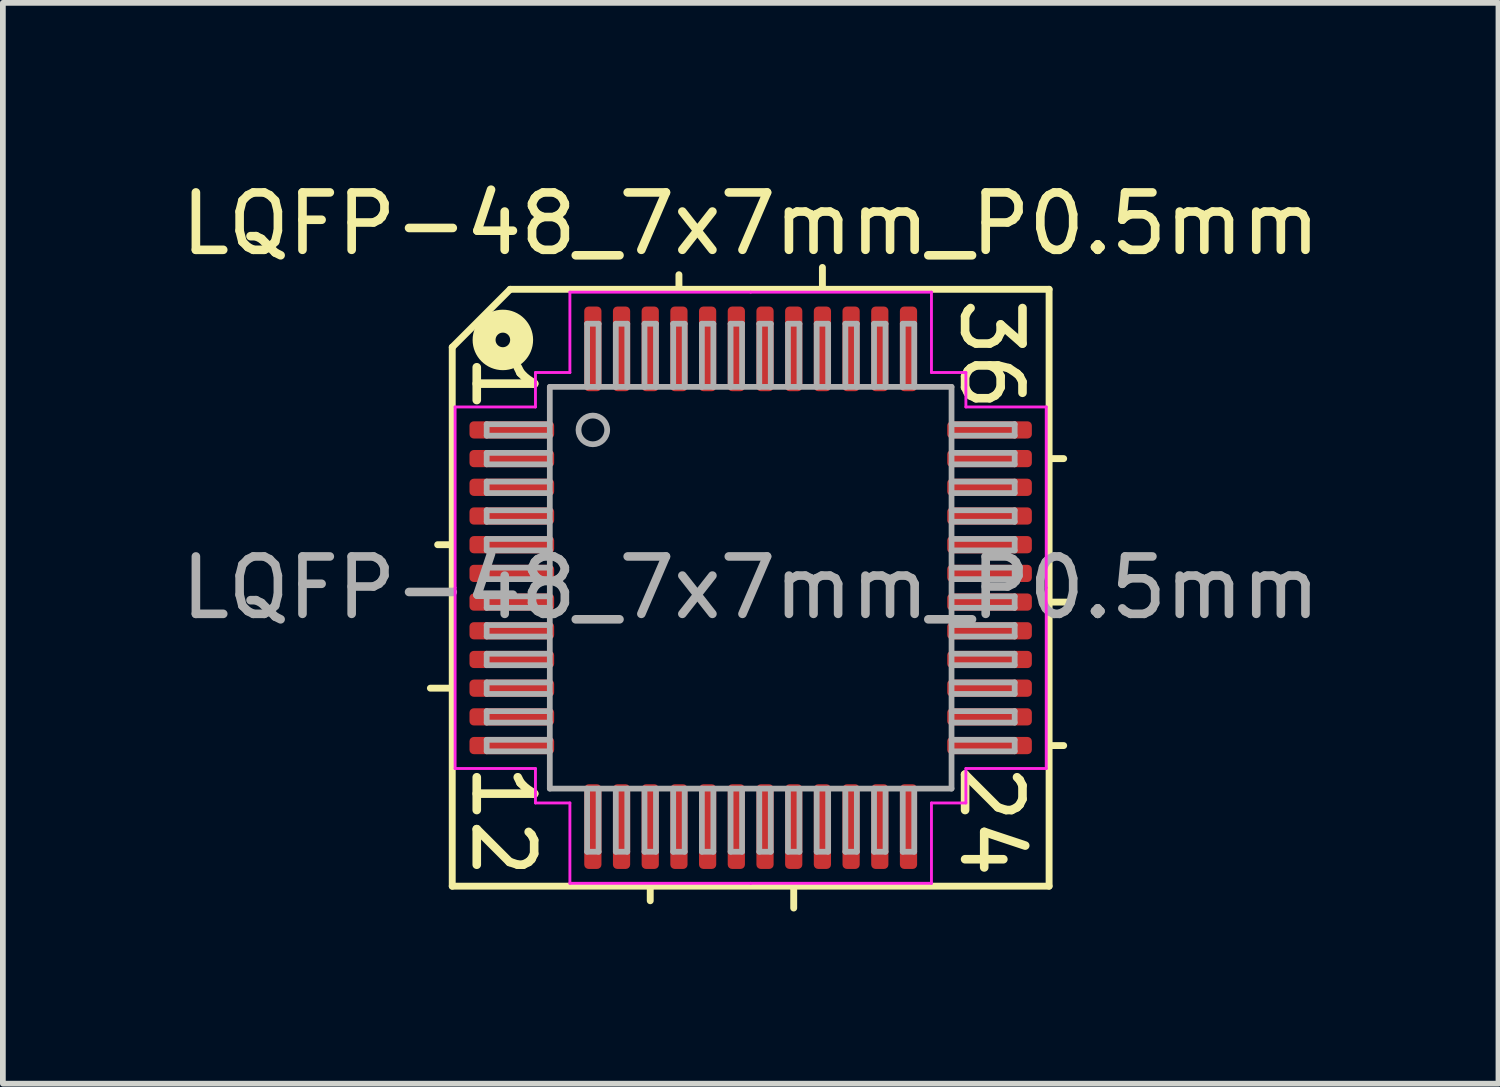
<source format=kicad_pcb>
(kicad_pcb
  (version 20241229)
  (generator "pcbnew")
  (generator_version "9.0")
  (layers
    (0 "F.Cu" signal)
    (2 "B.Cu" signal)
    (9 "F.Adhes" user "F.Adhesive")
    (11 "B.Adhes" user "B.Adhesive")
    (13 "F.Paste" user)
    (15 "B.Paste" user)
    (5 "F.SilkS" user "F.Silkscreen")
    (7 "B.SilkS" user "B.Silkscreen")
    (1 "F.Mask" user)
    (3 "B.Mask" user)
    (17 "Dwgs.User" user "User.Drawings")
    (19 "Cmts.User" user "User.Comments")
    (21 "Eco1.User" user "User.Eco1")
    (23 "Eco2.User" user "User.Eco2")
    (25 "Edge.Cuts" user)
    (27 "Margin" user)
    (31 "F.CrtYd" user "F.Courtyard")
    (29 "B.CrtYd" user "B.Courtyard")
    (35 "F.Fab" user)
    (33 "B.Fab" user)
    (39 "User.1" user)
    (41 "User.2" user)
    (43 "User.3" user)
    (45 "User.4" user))
  (footprint "LQFP-48_7x7mm_P0.5mm"
    (layer "F.Cu")
    (at 10.03 7.191)
    (property "Reference" "LQFP-48_7x7mm_P0.5mm" (at 0 -6.343 0) (layer "F.SilkS") (effects (font (size 1 1) (thickness 0.15))))
    (attr smd)
    (fp_line (start -5.2 -4.191) (end -5.2 5.2) (stroke (width 0.12) (type solid)) (layer "F.SilkS"))
    (fp_line (start -5.2 -0.75) (end -5.454 -0.75) (stroke (width 0.12) (type solid)) (layer "F.SilkS"))
    (fp_line (start -5.2 1.75) (end -5.581 1.75) (stroke (width 0.12) (type solid)) (layer "F.SilkS"))
    (fp_line (start -5.2 5.2) (end 5.2 5.2) (stroke (width 0.12) (type solid)) (layer "F.SilkS"))
    (fp_line (start -4.191 -5.2) (end -5.2 -4.191) (stroke (width 0.12) (type solid)) (layer "F.SilkS"))
    (fp_line (start -1.75 5.2) (end -1.75 5.454) (stroke (width 0.12) (type solid)) (layer "F.SilkS"))
    (fp_line (start -1.25 -5.2) (end -1.25 -5.454) (stroke (width 0.12) (type solid)) (layer "F.SilkS"))
    (fp_line (start 0.75 5.2) (end 0.75 5.581) (stroke (width 0.12) (type solid)) (layer "F.SilkS"))
    (fp_line (start 1.25 -5.2) (end 1.25 -5.581) (stroke (width 0.12) (type solid)) (layer "F.SilkS"))
    (fp_line (start 5.2 -5.2) (end -4.191 -5.2) (stroke (width 0.12) (type solid)) (layer "F.SilkS"))
    (fp_line (start 5.2 -2.25) (end 5.454 -2.25) (stroke (width 0.12) (type solid)) (layer "F.SilkS"))
    (fp_line (start 5.2 0.25) (end 5.581 0.25) (stroke (width 0.12) (type solid)) (layer "F.SilkS"))
    (fp_line (start 5.2 2.75) (end 5.454 2.75) (stroke (width 0.12) (type solid)) (layer "F.SilkS"))
    (fp_line (start 5.2 5.2) (end 5.2 -5.2) (stroke (width 0.12) (type solid)) (layer "F.SilkS"))
    (fp_circle (center -4.318 -4.318) (end -4.191 -4.318) (stroke (width 0.4) (type solid)) (fill no) (layer "F.SilkS"))
    (fp_line (start -5.15 -3.15) (end -5.15 0) (stroke (width 0.05) (type solid)) (layer "F.CrtYd"))
    (fp_line (start -5.15 3.15) (end -5.15 0) (stroke (width 0.05) (type solid)) (layer "F.CrtYd"))
    (fp_line (start -3.75 -3.75) (end -3.75 -3.15) (stroke (width 0.05) (type solid)) (layer "F.CrtYd"))
    (fp_line (start -3.75 -3.15) (end -5.15 -3.15) (stroke (width 0.05) (type solid)) (layer "F.CrtYd"))
    (fp_line (start -3.75 3.15) (end -5.15 3.15) (stroke (width 0.05) (type solid)) (layer "F.CrtYd"))
    (fp_line (start -3.75 3.75) (end -3.75 3.15) (stroke (width 0.05) (type solid)) (layer "F.CrtYd"))
    (fp_line (start -3.15 -5.15) (end -3.15 -3.75) (stroke (width 0.05) (type solid)) (layer "F.CrtYd"))
    (fp_line (start -3.15 -3.75) (end -3.75 -3.75) (stroke (width 0.05) (type solid)) (layer "F.CrtYd"))
    (fp_line (start -3.15 3.75) (end -3.75 3.75) (stroke (width 0.05) (type solid)) (layer "F.CrtYd"))
    (fp_line (start -3.15 5.15) (end -3.15 3.75) (stroke (width 0.05) (type solid)) (layer "F.CrtYd"))
    (fp_line (start 0 -5.15) (end -3.15 -5.15) (stroke (width 0.05) (type solid)) (layer "F.CrtYd"))
    (fp_line (start 0 -5.15) (end 3.15 -5.15) (stroke (width 0.05) (type solid)) (layer "F.CrtYd"))
    (fp_line (start 0 5.15) (end -3.15 5.15) (stroke (width 0.05) (type solid)) (layer "F.CrtYd"))
    (fp_line (start 0 5.15) (end 3.15 5.15) (stroke (width 0.05) (type solid)) (layer "F.CrtYd"))
    (fp_line (start 3.15 -5.15) (end 3.15 -3.75) (stroke (width 0.05) (type solid)) (layer "F.CrtYd"))
    (fp_line (start 3.15 -3.75) (end 3.75 -3.75) (stroke (width 0.05) (type solid)) (layer "F.CrtYd"))
    (fp_line (start 3.15 3.75) (end 3.75 3.75) (stroke (width 0.05) (type solid)) (layer "F.CrtYd"))
    (fp_line (start 3.15 5.15) (end 3.15 3.75) (stroke (width 0.05) (type solid)) (layer "F.CrtYd"))
    (fp_line (start 3.75 -3.75) (end 3.75 -3.15) (stroke (width 0.05) (type solid)) (layer "F.CrtYd"))
    (fp_line (start 3.75 -3.15) (end 5.15 -3.15) (stroke (width 0.05) (type solid)) (layer "F.CrtYd"))
    (fp_line (start 3.75 3.15) (end 5.15 3.15) (stroke (width 0.05) (type solid)) (layer "F.CrtYd"))
    (fp_line (start 3.75 3.75) (end 3.75 3.15) (stroke (width 0.05) (type solid)) (layer "F.CrtYd"))
    (fp_line (start 5.15 -3.15) (end 5.15 0) (stroke (width 0.05) (type solid)) (layer "F.CrtYd"))
    (fp_line (start 5.15 3.15) (end 5.15 0) (stroke (width 0.05) (type solid)) (layer "F.CrtYd"))
    (fp_line (start -4.6 -2.85) (end -4.6 -2.65) (stroke (width 0.1) (type solid)) (layer "F.Fab"))
    (fp_line (start -4.6 -2.85) (end -3.5 -2.85) (stroke (width 0.1) (type solid)) (layer "F.Fab"))
    (fp_line (start -4.6 -2.65) (end -3.5 -2.65) (stroke (width 0.1) (type solid)) (layer "F.Fab"))
    (fp_line (start -4.6 -2.35) (end -4.6 -2.15) (stroke (width 0.1) (type solid)) (layer "F.Fab"))
    (fp_line (start -4.6 -2.35) (end -3.5 -2.35) (stroke (width 0.1) (type solid)) (layer "F.Fab"))
    (fp_line (start -4.6 -2.15) (end -3.5 -2.15) (stroke (width 0.1) (type solid)) (layer "F.Fab"))
    (fp_line (start -4.6 -1.85) (end -4.6 -1.65) (stroke (width 0.1) (type solid)) (layer "F.Fab"))
    (fp_line (start -4.6 -1.85) (end -3.5 -1.85) (stroke (width 0.1) (type solid)) (layer "F.Fab"))
    (fp_line (start -4.6 -1.65) (end -3.5 -1.65) (stroke (width 0.1) (type solid)) (layer "F.Fab"))
    (fp_line (start -4.6 -1.35) (end -4.6 -1.15) (stroke (width 0.1) (type solid)) (layer "F.Fab"))
    (fp_line (start -4.6 -1.35) (end -3.5 -1.35) (stroke (width 0.1) (type solid)) (layer "F.Fab"))
    (fp_line (start -4.6 -1.15) (end -3.5 -1.15) (stroke (width 0.1) (type solid)) (layer "F.Fab"))
    (fp_line (start -4.6 -0.85) (end -4.6 -0.65) (stroke (width 0.1) (type solid)) (layer "F.Fab"))
    (fp_line (start -4.6 -0.85) (end -3.5 -0.85) (stroke (width 0.1) (type solid)) (layer "F.Fab"))
    (fp_line (start -4.6 -0.65) (end -3.5 -0.65) (stroke (width 0.1) (type solid)) (layer "F.Fab"))
    (fp_line (start -4.6 -0.35) (end -4.6 -0.15) (stroke (width 0.1) (type solid)) (layer "F.Fab"))
    (fp_line (start -4.6 -0.35) (end -3.5 -0.35) (stroke (width 0.1) (type solid)) (layer "F.Fab"))
    (fp_line (start -4.6 -0.15) (end -3.5 -0.15) (stroke (width 0.1) (type solid)) (layer "F.Fab"))
    (fp_line (start -4.6 0.15) (end -4.6 0.35) (stroke (width 0.1) (type solid)) (layer "F.Fab"))
    (fp_line (start -4.6 0.15) (end -3.5 0.15) (stroke (width 0.1) (type solid)) (layer "F.Fab"))
    (fp_line (start -4.6 0.35) (end -3.5 0.35) (stroke (width 0.1) (type solid)) (layer "F.Fab"))
    (fp_line (start -4.6 0.65) (end -4.6 0.85) (stroke (width 0.1) (type solid)) (layer "F.Fab"))
    (fp_line (start -4.6 0.65) (end -3.5 0.65) (stroke (width 0.1) (type solid)) (layer "F.Fab"))
    (fp_line (start -4.6 0.85) (end -3.5 0.85) (stroke (width 0.1) (type solid)) (layer "F.Fab"))
    (fp_line (start -4.6 1.15) (end -4.6 1.35) (stroke (width 0.1) (type solid)) (layer "F.Fab"))
    (fp_line (start -4.6 1.15) (end -3.5 1.15) (stroke (width 0.1) (type solid)) (layer "F.Fab"))
    (fp_line (start -4.6 1.35) (end -3.5 1.35) (stroke (width 0.1) (type solid)) (layer "F.Fab"))
    (fp_line (start -4.6 1.65) (end -4.6 1.85) (stroke (width 0.1) (type solid)) (layer "F.Fab"))
    (fp_line (start -4.6 1.65) (end -3.5 1.65) (stroke (width 0.1) (type solid)) (layer "F.Fab"))
    (fp_line (start -4.6 1.85) (end -3.5 1.85) (stroke (width 0.1) (type solid)) (layer "F.Fab"))
    (fp_line (start -4.6 2.15) (end -4.6 2.35) (stroke (width 0.1) (type solid)) (layer "F.Fab"))
    (fp_line (start -4.6 2.15) (end -3.5 2.15) (stroke (width 0.1) (type solid)) (layer "F.Fab"))
    (fp_line (start -4.6 2.35) (end -3.5 2.35) (stroke (width 0.1) (type solid)) (layer "F.Fab"))
    (fp_line (start -4.6 2.65) (end -4.6 2.85) (stroke (width 0.1) (type solid)) (layer "F.Fab"))
    (fp_line (start -4.6 2.65) (end -3.5 2.65) (stroke (width 0.1) (type solid)) (layer "F.Fab"))
    (fp_line (start -4.6 2.85) (end -3.5 2.85) (stroke (width 0.1) (type solid)) (layer "F.Fab"))
    (fp_line (start -3.5 -3.5) (end 3.5 -3.5) (stroke (width 0.1) (type solid)) (layer "F.Fab"))
    (fp_line (start -3.5 3.5) (end -3.5 -3.5) (stroke (width 0.1) (type solid)) (layer "F.Fab"))
    (fp_line (start -2.85 -4.6) (end -2.85 -3.5) (stroke (width 0.1) (type solid)) (layer "F.Fab"))
    (fp_line (start -2.85 4.6) (end -2.85 3.5) (stroke (width 0.1) (type solid)) (layer "F.Fab"))
    (fp_line (start -2.85 4.6) (end -2.65 4.6) (stroke (width 0.1) (type solid)) (layer "F.Fab"))
    (fp_line (start -2.65 -4.6) (end -2.85 -4.6) (stroke (width 0.1) (type solid)) (layer "F.Fab"))
    (fp_line (start -2.65 -4.6) (end -2.65 -3.5) (stroke (width 0.1) (type solid)) (layer "F.Fab"))
    (fp_line (start -2.65 4.6) (end -2.65 3.5) (stroke (width 0.1) (type solid)) (layer "F.Fab"))
    (fp_line (start -2.35 -4.6) (end -2.35 -3.5) (stroke (width 0.1) (type solid)) (layer "F.Fab"))
    (fp_line (start -2.35 4.6) (end -2.35 3.5) (stroke (width 0.1) (type solid)) (layer "F.Fab"))
    (fp_line (start -2.35 4.6) (end -2.15 4.6) (stroke (width 0.1) (type solid)) (layer "F.Fab"))
    (fp_line (start -2.15 -4.6) (end -2.35 -4.6) (stroke (width 0.1) (type solid)) (layer "F.Fab"))
    (fp_line (start -2.15 -4.6) (end -2.15 -3.5) (stroke (width 0.1) (type solid)) (layer "F.Fab"))
    (fp_line (start -2.15 4.6) (end -2.15 3.5) (stroke (width 0.1) (type solid)) (layer "F.Fab"))
    (fp_line (start -1.85 -4.6) (end -1.85 -3.5) (stroke (width 0.1) (type solid)) (layer "F.Fab"))
    (fp_line (start -1.85 4.6) (end -1.85 3.5) (stroke (width 0.1) (type solid)) (layer "F.Fab"))
    (fp_line (start -1.85 4.6) (end -1.65 4.6) (stroke (width 0.1) (type solid)) (layer "F.Fab"))
    (fp_line (start -1.65 -4.6) (end -1.85 -4.6) (stroke (width 0.1) (type solid)) (layer "F.Fab"))
    (fp_line (start -1.65 -4.6) (end -1.65 -3.5) (stroke (width 0.1) (type solid)) (layer "F.Fab"))
    (fp_line (start -1.65 4.6) (end -1.65 3.5) (stroke (width 0.1) (type solid)) (layer "F.Fab"))
    (fp_line (start -1.35 -4.6) (end -1.35 -3.5) (stroke (width 0.1) (type solid)) (layer "F.Fab"))
    (fp_line (start -1.35 4.6) (end -1.35 3.5) (stroke (width 0.1) (type solid)) (layer "F.Fab"))
    (fp_line (start -1.35 4.6) (end -1.15 4.6) (stroke (width 0.1) (type solid)) (layer "F.Fab"))
    (fp_line (start -1.15 -4.6) (end -1.35 -4.6) (stroke (width 0.1) (type solid)) (layer "F.Fab"))
    (fp_line (start -1.15 -4.6) (end -1.15 -3.5) (stroke (width 0.1) (type solid)) (layer "F.Fab"))
    (fp_line (start -1.15 4.6) (end -1.15 3.5) (stroke (width 0.1) (type solid)) (layer "F.Fab"))
    (fp_line (start -0.85 -4.6) (end -0.85 -3.5) (stroke (width 0.1) (type solid)) (layer "F.Fab"))
    (fp_line (start -0.85 4.6) (end -0.85 3.5) (stroke (width 0.1) (type solid)) (layer "F.Fab"))
    (fp_line (start -0.85 4.6) (end -0.65 4.6) (stroke (width 0.1) (type solid)) (layer "F.Fab"))
    (fp_line (start -0.65 -4.6) (end -0.85 -4.6) (stroke (width 0.1) (type solid)) (layer "F.Fab"))
    (fp_line (start -0.65 -4.6) (end -0.65 -3.5) (stroke (width 0.1) (type solid)) (layer "F.Fab"))
    (fp_line (start -0.65 4.6) (end -0.65 3.5) (stroke (width 0.1) (type solid)) (layer "F.Fab"))
    (fp_line (start -0.35 -4.6) (end -0.35 -3.5) (stroke (width 0.1) (type solid)) (layer "F.Fab"))
    (fp_line (start -0.35 4.6) (end -0.35 3.5) (stroke (width 0.1) (type solid)) (layer "F.Fab"))
    (fp_line (start -0.35 4.6) (end -0.15 4.6) (stroke (width 0.1) (type solid)) (layer "F.Fab"))
    (fp_line (start -0.15 -4.6) (end -0.35 -4.6) (stroke (width 0.1) (type solid)) (layer "F.Fab"))
    (fp_line (start -0.15 -4.6) (end -0.15 -3.5) (stroke (width 0.1) (type solid)) (layer "F.Fab"))
    (fp_line (start -0.15 4.6) (end -0.15 3.5) (stroke (width 0.1) (type solid)) (layer "F.Fab"))
    (fp_line (start 0.15 -4.6) (end 0.15 -3.5) (stroke (width 0.1) (type solid)) (layer "F.Fab"))
    (fp_line (start 0.15 4.6) (end 0.15 3.5) (stroke (width 0.1) (type solid)) (layer "F.Fab"))
    (fp_line (start 0.15 4.6) (end 0.35 4.6) (stroke (width 0.1) (type solid)) (layer "F.Fab"))
    (fp_line (start 0.35 -4.6) (end 0.15 -4.6) (stroke (width 0.1) (type solid)) (layer "F.Fab"))
    (fp_line (start 0.35 -4.6) (end 0.35 -3.5) (stroke (width 0.1) (type solid)) (layer "F.Fab"))
    (fp_line (start 0.35 4.6) (end 0.35 3.5) (stroke (width 0.1) (type solid)) (layer "F.Fab"))
    (fp_line (start 0.65 -4.6) (end 0.65 -3.5) (stroke (width 0.1) (type solid)) (layer "F.Fab"))
    (fp_line (start 0.65 4.6) (end 0.65 3.5) (stroke (width 0.1) (type solid)) (layer "F.Fab"))
    (fp_line (start 0.65 4.6) (end 0.85 4.6) (stroke (width 0.1) (type solid)) (layer "F.Fab"))
    (fp_line (start 0.85 -4.6) (end 0.65 -4.6) (stroke (width 0.1) (type solid)) (layer "F.Fab"))
    (fp_line (start 0.85 -4.6) (end 0.85 -3.5) (stroke (width 0.1) (type solid)) (layer "F.Fab"))
    (fp_line (start 0.85 4.6) (end 0.85 3.5) (stroke (width 0.1) (type solid)) (layer "F.Fab"))
    (fp_line (start 1.15 -4.6) (end 1.15 -3.5) (stroke (width 0.1) (type solid)) (layer "F.Fab"))
    (fp_line (start 1.15 4.6) (end 1.15 3.5) (stroke (width 0.1) (type solid)) (layer "F.Fab"))
    (fp_line (start 1.15 4.6) (end 1.35 4.6) (stroke (width 0.1) (type solid)) (layer "F.Fab"))
    (fp_line (start 1.35 -4.6) (end 1.15 -4.6) (stroke (width 0.1) (type solid)) (layer "F.Fab"))
    (fp_line (start 1.35 -4.6) (end 1.35 -3.5) (stroke (width 0.1) (type solid)) (layer "F.Fab"))
    (fp_line (start 1.35 4.6) (end 1.35 3.5) (stroke (width 0.1) (type solid)) (layer "F.Fab"))
    (fp_line (start 1.65 -4.6) (end 1.65 -3.5) (stroke (width 0.1) (type solid)) (layer "F.Fab"))
    (fp_line (start 1.65 4.6) (end 1.65 3.5) (stroke (width 0.1) (type solid)) (layer "F.Fab"))
    (fp_line (start 1.65 4.6) (end 1.85 4.6) (stroke (width 0.1) (type solid)) (layer "F.Fab"))
    (fp_line (start 1.85 -4.6) (end 1.65 -4.6) (stroke (width 0.1) (type solid)) (layer "F.Fab"))
    (fp_line (start 1.85 -4.6) (end 1.85 -3.5) (stroke (width 0.1) (type solid)) (layer "F.Fab"))
    (fp_line (start 1.85 4.6) (end 1.85 3.5) (stroke (width 0.1) (type solid)) (layer "F.Fab"))
    (fp_line (start 2.15 -4.6) (end 2.15 -3.5) (stroke (width 0.1) (type solid)) (layer "F.Fab"))
    (fp_line (start 2.15 4.6) (end 2.15 3.5) (stroke (width 0.1) (type solid)) (layer "F.Fab"))
    (fp_line (start 2.15 4.6) (end 2.35 4.6) (stroke (width 0.1) (type solid)) (layer "F.Fab"))
    (fp_line (start 2.35 -4.6) (end 2.15 -4.6) (stroke (width 0.1) (type solid)) (layer "F.Fab"))
    (fp_line (start 2.35 -4.6) (end 2.35 -3.5) (stroke (width 0.1) (type solid)) (layer "F.Fab"))
    (fp_line (start 2.35 4.6) (end 2.35 3.5) (stroke (width 0.1) (type solid)) (layer "F.Fab"))
    (fp_line (start 2.65 -4.6) (end 2.65 -3.5) (stroke (width 0.1) (type solid)) (layer "F.Fab"))
    (fp_line (start 2.65 4.6) (end 2.65 3.5) (stroke (width 0.1) (type solid)) (layer "F.Fab"))
    (fp_line (start 2.65 4.6) (end 2.85 4.6) (stroke (width 0.1) (type solid)) (layer "F.Fab"))
    (fp_line (start 2.85 -4.6) (end 2.65 -4.6) (stroke (width 0.1) (type solid)) (layer "F.Fab"))
    (fp_line (start 2.85 -4.6) (end 2.85 -3.5) (stroke (width 0.1) (type solid)) (layer "F.Fab"))
    (fp_line (start 2.85 4.6) (end 2.85 3.5) (stroke (width 0.1) (type solid)) (layer "F.Fab"))
    (fp_line (start 3.5 -3.5) (end 3.5 3.5) (stroke (width 0.1) (type solid)) (layer "F.Fab"))
    (fp_line (start 3.5 3.5) (end -3.5 3.5) (stroke (width 0.1) (type solid)) (layer "F.Fab"))
    (fp_line (start 4.6 -2.85) (end 3.5 -2.85) (stroke (width 0.1) (type solid)) (layer "F.Fab"))
    (fp_line (start 4.6 -2.65) (end 3.5 -2.65) (stroke (width 0.1) (type solid)) (layer "F.Fab"))
    (fp_line (start 4.6 -2.65) (end 4.6 -2.85) (stroke (width 0.1) (type solid)) (layer "F.Fab"))
    (fp_line (start 4.6 -2.35) (end 3.5 -2.35) (stroke (width 0.1) (type solid)) (layer "F.Fab"))
    (fp_line (start 4.6 -2.15) (end 3.5 -2.15) (stroke (width 0.1) (type solid)) (layer "F.Fab"))
    (fp_line (start 4.6 -2.15) (end 4.6 -2.35) (stroke (width 0.1) (type solid)) (layer "F.Fab"))
    (fp_line (start 4.6 -1.85) (end 3.5 -1.85) (stroke (width 0.1) (type solid)) (layer "F.Fab"))
    (fp_line (start 4.6 -1.65) (end 3.5 -1.65) (stroke (width 0.1) (type solid)) (layer "F.Fab"))
    (fp_line (start 4.6 -1.65) (end 4.6 -1.85) (stroke (width 0.1) (type solid)) (layer "F.Fab"))
    (fp_line (start 4.6 -1.35) (end 3.5 -1.35) (stroke (width 0.1) (type solid)) (layer "F.Fab"))
    (fp_line (start 4.6 -1.15) (end 3.5 -1.15) (stroke (width 0.1) (type solid)) (layer "F.Fab"))
    (fp_line (start 4.6 -1.15) (end 4.6 -1.35) (stroke (width 0.1) (type solid)) (layer "F.Fab"))
    (fp_line (start 4.6 -0.85) (end 3.5 -0.85) (stroke (width 0.1) (type solid)) (layer "F.Fab"))
    (fp_line (start 4.6 -0.65) (end 3.5 -0.65) (stroke (width 0.1) (type solid)) (layer "F.Fab"))
    (fp_line (start 4.6 -0.65) (end 4.6 -0.85) (stroke (width 0.1) (type solid)) (layer "F.Fab"))
    (fp_line (start 4.6 -0.35) (end 3.5 -0.35) (stroke (width 0.1) (type solid)) (layer "F.Fab"))
    (fp_line (start 4.6 -0.15) (end 3.5 -0.15) (stroke (width 0.1) (type solid)) (layer "F.Fab"))
    (fp_line (start 4.6 -0.15) (end 4.6 -0.35) (stroke (width 0.1) (type solid)) (layer "F.Fab"))
    (fp_line (start 4.6 0.15) (end 3.5 0.15) (stroke (width 0.1) (type solid)) (layer "F.Fab"))
    (fp_line (start 4.6 0.35) (end 3.5 0.35) (stroke (width 0.1) (type solid)) (layer "F.Fab"))
    (fp_line (start 4.6 0.35) (end 4.6 0.15) (stroke (width 0.1) (type solid)) (layer "F.Fab"))
    (fp_line (start 4.6 0.65) (end 3.5 0.65) (stroke (width 0.1) (type solid)) (layer "F.Fab"))
    (fp_line (start 4.6 0.85) (end 3.5 0.85) (stroke (width 0.1) (type solid)) (layer "F.Fab"))
    (fp_line (start 4.6 0.85) (end 4.6 0.65) (stroke (width 0.1) (type solid)) (layer "F.Fab"))
    (fp_line (start 4.6 1.15) (end 3.5 1.15) (stroke (width 0.1) (type solid)) (layer "F.Fab"))
    (fp_line (start 4.6 1.35) (end 3.5 1.35) (stroke (width 0.1) (type solid)) (layer "F.Fab"))
    (fp_line (start 4.6 1.35) (end 4.6 1.15) (stroke (width 0.1) (type solid)) (layer "F.Fab"))
    (fp_line (start 4.6 1.65) (end 3.5 1.65) (stroke (width 0.1) (type solid)) (layer "F.Fab"))
    (fp_line (start 4.6 1.85) (end 3.5 1.85) (stroke (width 0.1) (type solid)) (layer "F.Fab"))
    (fp_line (start 4.6 1.85) (end 4.6 1.65) (stroke (width 0.1) (type solid)) (layer "F.Fab"))
    (fp_line (start 4.6 2.15) (end 3.5 2.15) (stroke (width 0.1) (type solid)) (layer "F.Fab"))
    (fp_line (start 4.6 2.35) (end 3.5 2.35) (stroke (width 0.1) (type solid)) (layer "F.Fab"))
    (fp_line (start 4.6 2.35) (end 4.6 2.15) (stroke (width 0.1) (type solid)) (layer "F.Fab"))
    (fp_line (start 4.6 2.65) (end 3.5 2.65) (stroke (width 0.1) (type solid)) (layer "F.Fab"))
    (fp_line (start 4.6 2.85) (end 3.5 2.85) (stroke (width 0.1) (type solid)) (layer "F.Fab"))
    (fp_line (start 4.6 2.85) (end 4.6 2.65) (stroke (width 0.1) (type solid)) (layer "F.Fab"))
    (fp_circle (center -2.75 -2.75) (end -2.5 -2.75) (stroke (width 0.1) (type solid)) (fill no) (layer "F.Fab"))
    (fp_text user "24" (at 4.191 4.064 270) (unlocked yes) (layer "F.SilkS") (effects (font (size 1 1) (thickness 0.15))))
    (fp_text user "12" (at -4.318 4.064 270) (unlocked yes) (layer "F.SilkS") (effects (font (size 1 1) (thickness 0.15))))
    (fp_text user "1" (at -4.318 -3.556 270) (unlocked yes) (layer "F.SilkS") (effects (font (size 1 1) (thickness 0.15))))
    (fp_text user "36" (at 4.191 -4.064 270) (unlocked yes) (layer "F.SilkS") (effects (font (size 1 1) (thickness 0.15))))
    (fp_text user "${REFERENCE}" (at 0 0 0) (layer "F.Fab") (effects (font (size 1 1) (thickness 0.15))))
    (pad "1" smd roundrect (at -4.162 -2.75) (size 1.475 0.3) (layers "F.Cu" "F.Mask" "F.Paste") (roundrect_rratio 0.25))
    (pad "2" smd roundrect (at -4.162 -2.25) (size 1.475 0.3) (layers "F.Cu" "F.Mask" "F.Paste") (roundrect_rratio 0.25))
    (pad "3" smd roundrect (at -4.162 -1.75) (size 1.475 0.3) (layers "F.Cu" "F.Mask" "F.Paste") (roundrect_rratio 0.25))
    (pad "4" smd roundrect (at -4.162 -1.25) (size 1.475 0.3) (layers "F.Cu" "F.Mask" "F.Paste") (roundrect_rratio 0.25))
    (pad "5" smd roundrect (at -4.162 -0.75) (size 1.475 0.3) (layers "F.Cu" "F.Mask" "F.Paste") (roundrect_rratio 0.25))
    (pad "6" smd roundrect (at -4.162 -0.25) (size 1.475 0.3) (layers "F.Cu" "F.Mask" "F.Paste") (roundrect_rratio 0.25))
    (pad "7" smd roundrect (at -4.162 0.25) (size 1.475 0.3) (layers "F.Cu" "F.Mask" "F.Paste") (roundrect_rratio 0.25))
    (pad "8" smd roundrect (at -4.162 0.75) (size 1.475 0.3) (layers "F.Cu" "F.Mask" "F.Paste") (roundrect_rratio 0.25))
    (pad "9" smd roundrect (at -4.162 1.25) (size 1.475 0.3) (layers "F.Cu" "F.Mask" "F.Paste") (roundrect_rratio 0.25))
    (pad "10" smd roundrect (at -4.162 1.75) (size 1.475 0.3) (layers "F.Cu" "F.Mask" "F.Paste") (roundrect_rratio 0.25))
    (pad "11" smd roundrect (at -4.162 2.25) (size 1.475 0.3) (layers "F.Cu" "F.Mask" "F.Paste") (roundrect_rratio 0.25))
    (pad "12" smd roundrect (at -4.162 2.75) (size 1.475 0.3) (layers "F.Cu" "F.Mask" "F.Paste") (roundrect_rratio 0.25))
    (pad "13" smd roundrect (at -2.75 4.162) (size 0.3 1.475) (layers "F.Cu" "F.Mask" "F.Paste") (roundrect_rratio 0.25))
    (pad "14" smd roundrect (at -2.25 4.162) (size 0.3 1.475) (layers "F.Cu" "F.Mask" "F.Paste") (roundrect_rratio 0.25))
    (pad "15" smd roundrect (at -1.75 4.162) (size 0.3 1.475) (layers "F.Cu" "F.Mask" "F.Paste") (roundrect_rratio 0.25))
    (pad "16" smd roundrect (at -1.25 4.162) (size 0.3 1.475) (layers "F.Cu" "F.Mask" "F.Paste") (roundrect_rratio 0.25))
    (pad "17" smd roundrect (at -0.75 4.162) (size 0.3 1.475) (layers "F.Cu" "F.Mask" "F.Paste") (roundrect_rratio 0.25))
    (pad "18" smd roundrect (at -0.25 4.162) (size 0.3 1.475) (layers "F.Cu" "F.Mask" "F.Paste") (roundrect_rratio 0.25))
    (pad "19" smd roundrect (at 0.25 4.162) (size 0.3 1.475) (layers "F.Cu" "F.Mask" "F.Paste") (roundrect_rratio 0.25))
    (pad "20" smd roundrect (at 0.75 4.162) (size 0.3 1.475) (layers "F.Cu" "F.Mask" "F.Paste") (roundrect_rratio 0.25))
    (pad "21" smd roundrect (at 1.25 4.162) (size 0.3 1.475) (layers "F.Cu" "F.Mask" "F.Paste") (roundrect_rratio 0.25))
    (pad "22" smd roundrect (at 1.75 4.162) (size 0.3 1.475) (layers "F.Cu" "F.Mask" "F.Paste") (roundrect_rratio 0.25))
    (pad "23" smd roundrect (at 2.25 4.162) (size 0.3 1.475) (layers "F.Cu" "F.Mask" "F.Paste") (roundrect_rratio 0.25))
    (pad "24" smd roundrect (at 2.75 4.162) (size 0.3 1.475) (layers "F.Cu" "F.Mask" "F.Paste") (roundrect_rratio 0.25))
    (pad "25" smd roundrect (at 4.162 2.75) (size 1.475 0.3) (layers "F.Cu" "F.Mask" "F.Paste") (roundrect_rratio 0.25))
    (pad "26" smd roundrect (at 4.162 2.25) (size 1.475 0.3) (layers "F.Cu" "F.Mask" "F.Paste") (roundrect_rratio 0.25))
    (pad "27" smd roundrect (at 4.162 1.75) (size 1.475 0.3) (layers "F.Cu" "F.Mask" "F.Paste") (roundrect_rratio 0.25))
    (pad "28" smd roundrect (at 4.162 1.25) (size 1.475 0.3) (layers "F.Cu" "F.Mask" "F.Paste") (roundrect_rratio 0.25))
    (pad "29" smd roundrect (at 4.162 0.75) (size 1.475 0.3) (layers "F.Cu" "F.Mask" "F.Paste") (roundrect_rratio 0.25))
    (pad "30" smd roundrect (at 4.162 0.25) (size 1.475 0.3) (layers "F.Cu" "F.Mask" "F.Paste") (roundrect_rratio 0.25))
    (pad "31" smd roundrect (at 4.162 -0.25) (size 1.475 0.3) (layers "F.Cu" "F.Mask" "F.Paste") (roundrect_rratio 0.25))
    (pad "32" smd roundrect (at 4.162 -0.75) (size 1.475 0.3) (layers "F.Cu" "F.Mask" "F.Paste") (roundrect_rratio 0.25))
    (pad "33" smd roundrect (at 4.162 -1.25) (size 1.475 0.3) (layers "F.Cu" "F.Mask" "F.Paste") (roundrect_rratio 0.25))
    (pad "34" smd roundrect (at 4.162 -1.75) (size 1.475 0.3) (layers "F.Cu" "F.Mask" "F.Paste") (roundrect_rratio 0.25))
    (pad "35" smd roundrect (at 4.162 -2.25) (size 1.475 0.3) (layers "F.Cu" "F.Mask" "F.Paste") (roundrect_rratio 0.25))
    (pad "36" smd roundrect (at 4.162 -2.75) (size 1.475 0.3) (layers "F.Cu" "F.Mask" "F.Paste") (roundrect_rratio 0.25))
    (pad "37" smd roundrect (at 2.75 -4.162) (size 0.3 1.475) (layers "F.Cu" "F.Mask" "F.Paste") (roundrect_rratio 0.25))
    (pad "38" smd roundrect (at 2.25 -4.162) (size 0.3 1.475) (layers "F.Cu" "F.Mask" "F.Paste") (roundrect_rratio 0.25))
    (pad "39" smd roundrect (at 1.75 -4.162) (size 0.3 1.475) (layers "F.Cu" "F.Mask" "F.Paste") (roundrect_rratio 0.25))
    (pad "40" smd roundrect (at 1.25 -4.162) (size 0.3 1.475) (layers "F.Cu" "F.Mask" "F.Paste") (roundrect_rratio 0.25))
    (pad "41" smd roundrect (at 0.75 -4.162) (size 0.3 1.475) (layers "F.Cu" "F.Mask" "F.Paste") (roundrect_rratio 0.25))
    (pad "42" smd roundrect (at 0.25 -4.162) (size 0.3 1.475) (layers "F.Cu" "F.Mask" "F.Paste") (roundrect_rratio 0.25))
    (pad "43" smd roundrect (at -0.25 -4.162) (size 0.3 1.475) (layers "F.Cu" "F.Mask" "F.Paste") (roundrect_rratio 0.25))
    (pad "44" smd roundrect (at -0.75 -4.162) (size 0.3 1.475) (layers "F.Cu" "F.Mask" "F.Paste") (roundrect_rratio 0.25))
    (pad "45" smd roundrect (at -1.25 -4.162) (size 0.3 1.475) (layers "F.Cu" "F.Mask" "F.Paste") (roundrect_rratio 0.25))
    (pad "46" smd roundrect (at -1.75 -4.162) (size 0.3 1.475) (layers "F.Cu" "F.Mask" "F.Paste") (roundrect_rratio 0.25))
    (pad "47" smd roundrect (at -2.25 -4.162) (size 0.3 1.475) (layers "F.Cu" "F.Mask" "F.Paste") (roundrect_rratio 0.25))
    (pad "48" smd roundrect (at -2.75 -4.162) (size 0.3 1.475) (layers "F.Cu" "F.Mask" "F.Paste") (roundrect_rratio 0.25)))
  (gr_rect
    (start -3 -3)
    (end 23.06 15.832)
    (stroke (width 0.1) (type default))
    (fill no)
    (layer "Edge.Cuts")))
</source>
